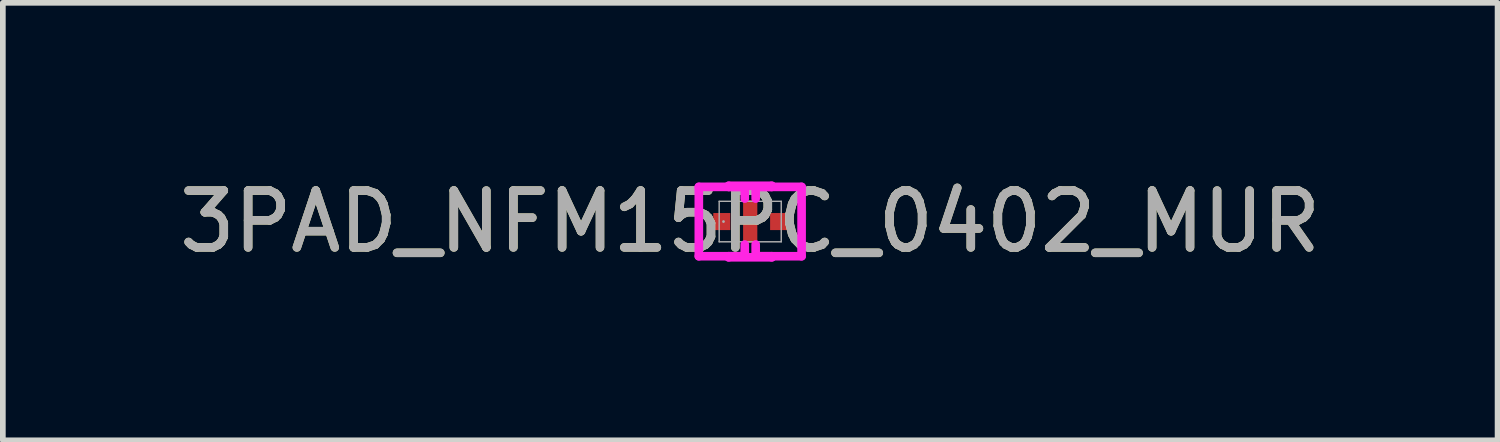
<source format=kicad_pcb>
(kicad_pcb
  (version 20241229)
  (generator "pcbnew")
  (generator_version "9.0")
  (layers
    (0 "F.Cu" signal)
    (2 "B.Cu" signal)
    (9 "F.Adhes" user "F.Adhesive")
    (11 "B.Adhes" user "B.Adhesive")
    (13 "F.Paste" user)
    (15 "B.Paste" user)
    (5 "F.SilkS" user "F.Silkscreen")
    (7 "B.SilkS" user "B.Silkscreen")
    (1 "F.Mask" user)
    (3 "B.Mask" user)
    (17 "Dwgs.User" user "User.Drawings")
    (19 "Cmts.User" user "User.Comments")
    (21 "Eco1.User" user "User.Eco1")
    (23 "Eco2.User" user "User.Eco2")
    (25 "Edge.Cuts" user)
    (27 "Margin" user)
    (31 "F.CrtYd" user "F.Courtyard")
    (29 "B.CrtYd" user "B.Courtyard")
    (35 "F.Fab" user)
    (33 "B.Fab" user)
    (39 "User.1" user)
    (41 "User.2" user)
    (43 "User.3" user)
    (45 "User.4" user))
  (footprint "3PAD_NFM15PC_0402_MUR"
    (layer "F.Cu")
    (at 10.149 0.848)
    (property "Reference" "3PAD_NFM15PC_0402_MUR" (at 0 0 0) (unlocked yes) (layer "F.SilkS") (effects (font (size 1 1) (thickness 0.15))))
    (attr smd)
    (fp_line (start -0.904 -0.61) (end -0.096 -0.61) (stroke (width 0.152) (type solid)) (layer "F.CrtYd"))
    (fp_line (start -0.904 0.61) (end -0.904 -0.61) (stroke (width 0.152) (type solid)) (layer "F.CrtYd"))
    (fp_line (start -0.904 0.61) (end -0.096 0.61) (stroke (width 0.152) (type solid)) (layer "F.CrtYd"))
    (fp_line (start -0.379 -0.629) (end 0.379 -0.629) (stroke (width 0.152) (type solid)) (layer "F.CrtYd"))
    (fp_line (start -0.379 -0.61) (end -0.379 -0.629) (stroke (width 0.152) (type solid)) (layer "F.CrtYd"))
    (fp_line (start -0.379 0.61) (end -0.379 0.629) (stroke (width 0.152) (type solid)) (layer "F.CrtYd"))
    (fp_line (start -0.379 0.629) (end 0.379 0.629) (stroke (width 0.152) (type solid)) (layer "F.CrtYd"))
    (fp_line (start -0.096 -0.61) (end -0.379 -0.61) (stroke (width 0.152) (type solid)) (layer "F.CrtYd"))
    (fp_line (start -0.096 -0.404) (end -0.096 -0.61) (stroke (width 0.152) (type solid)) (layer "F.CrtYd"))
    (fp_line (start -0.096 0.404) (end -0.096 0.61) (stroke (width 0.152) (type solid)) (layer "F.CrtYd"))
    (fp_line (start -0.096 0.61) (end -0.379 0.61) (stroke (width 0.152) (type solid)) (layer "F.CrtYd"))
    (fp_line (start 0.096 -0.61) (end 0.379 -0.61) (stroke (width 0.152) (type solid)) (layer "F.CrtYd"))
    (fp_line (start 0.096 -0.404) (end 0.096 -0.61) (stroke (width 0.152) (type solid)) (layer "F.CrtYd"))
    (fp_line (start 0.096 0.404) (end 0.096 0.61) (stroke (width 0.152) (type solid)) (layer "F.CrtYd"))
    (fp_line (start 0.096 0.61) (end 0.379 0.61) (stroke (width 0.152) (type solid)) (layer "F.CrtYd"))
    (fp_line (start 0.379 -0.61) (end 0.379 -0.629) (stroke (width 0.152) (type solid)) (layer "F.CrtYd"))
    (fp_line (start 0.379 0.61) (end 0.379 0.629) (stroke (width 0.152) (type solid)) (layer "F.CrtYd"))
    (fp_line (start 0.904 -0.61) (end 0.096 -0.61) (stroke (width 0.152) (type solid)) (layer "F.CrtYd"))
    (fp_line (start 0.904 -0.61) (end 0.904 0.61) (stroke (width 0.152) (type solid)) (layer "F.CrtYd"))
    (fp_line (start 0.904 0.61) (end 0.096 0.61) (stroke (width 0.152) (type solid)) (layer "F.CrtYd"))
    (fp_line (start -0.546 -0.356) (end -0.546 0.356) (stroke (width 0.025) (type solid)) (layer "F.Fab"))
    (fp_line (start -0.546 0.356) (end 0.546 0.356) (stroke (width 0.025) (type solid)) (layer "F.Fab"))
    (fp_line (start 0.546 -0.356) (end -0.546 -0.356) (stroke (width 0.025) (type solid)) (layer "F.Fab"))
    (fp_line (start 0.546 0.356) (end 0.546 -0.356) (stroke (width 0.025) (type solid)) (layer "F.Fab"))
    (fp_circle (center -0.47 0) (end -0.47 0) (stroke (width 0.025) (type solid)) (fill no) (layer "F.Fab"))
    (fp_text user "${REFERENCE}" (at 0 0 0) (unlocked yes) (layer "F.Fab") (effects (font (size 1 1) (thickness 0.15))))
    (pad "1" smd rect (at -0.5 0) (size 0.3 0.3) (layers "F.Cu" "F.Mask" "F.Paste"))
    (pad "2" smd rect (at 0 0) (size 0.25 0.75) (layers "F.Cu" "F.Mask" "F.Paste"))
    (pad "3" smd rect (at 0.5 0) (size 0.3 0.3) (layers "F.Cu" "F.Mask" "F.Paste"))
    (zone (net_name "") (layer "F.Cu") (hatch full 0.508) (connect_pads) (min_thickness 0.254) (filled_areas_thickness no) (keepout (tracks not_allowed) (vias not_allowed) (pads allowed) (copperpour not_allowed) (footprints allowed)) (placement (enabled no)) (fill) (polygon (pts (xy 9.973 0.543) (xy 9.85 0.543) (xy 9.85 1.153) (xy 9.973 1.153))))
    (zone (net_name "") (layer "F.Cu") (hatch full 0.508) (connect_pads) (min_thickness 0.254) (filled_areas_thickness no) (keepout (tracks not_allowed) (vias not_allowed) (pads allowed) (copperpour not_allowed) (footprints allowed)) (placement (enabled no)) (fill) (polygon (pts (xy 10.448 0.543) (xy 10.325 0.543) (xy 10.325 1.153) (xy 10.448 1.153)))))
  (gr_rect
    (start -3 -3)
    (end 23.298 4.697)
    (stroke (width 0.1) (type default))
    (fill no)
    (layer "Edge.Cuts")))
</source>
